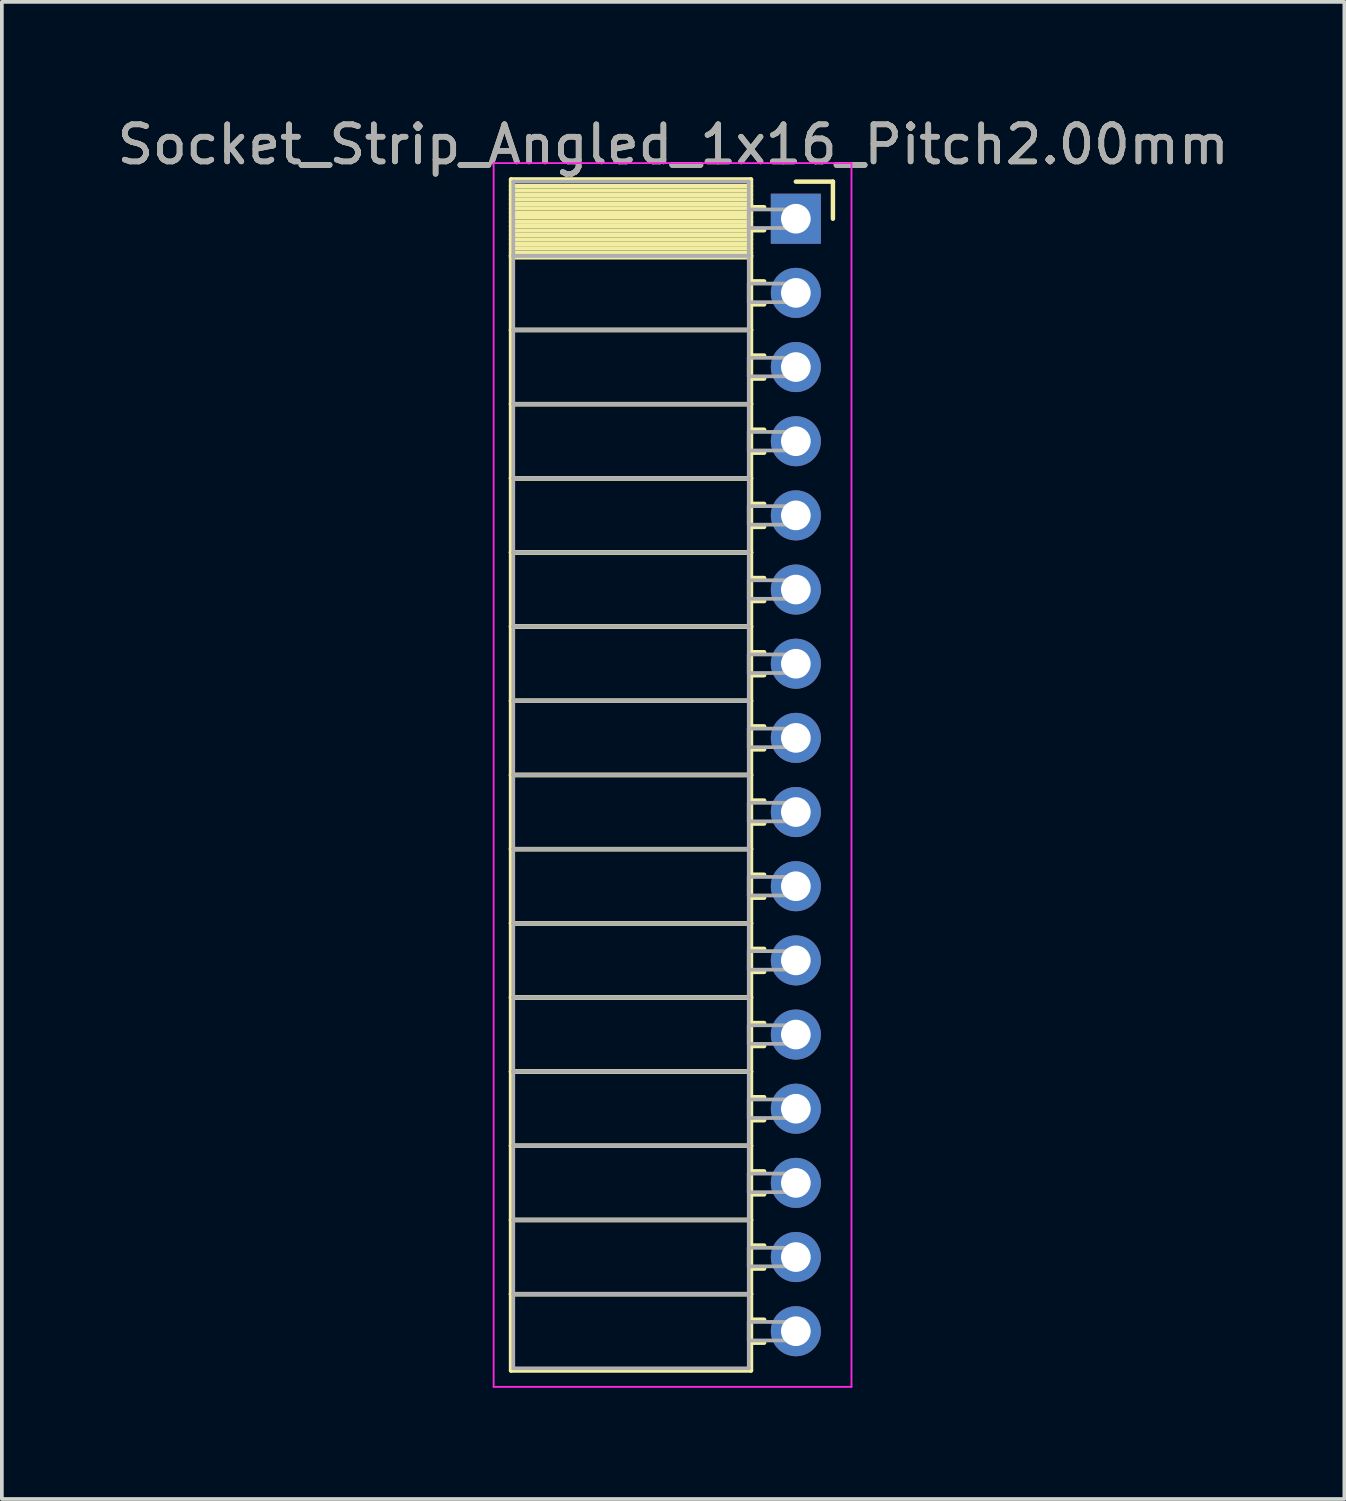
<source format=kicad_pcb>
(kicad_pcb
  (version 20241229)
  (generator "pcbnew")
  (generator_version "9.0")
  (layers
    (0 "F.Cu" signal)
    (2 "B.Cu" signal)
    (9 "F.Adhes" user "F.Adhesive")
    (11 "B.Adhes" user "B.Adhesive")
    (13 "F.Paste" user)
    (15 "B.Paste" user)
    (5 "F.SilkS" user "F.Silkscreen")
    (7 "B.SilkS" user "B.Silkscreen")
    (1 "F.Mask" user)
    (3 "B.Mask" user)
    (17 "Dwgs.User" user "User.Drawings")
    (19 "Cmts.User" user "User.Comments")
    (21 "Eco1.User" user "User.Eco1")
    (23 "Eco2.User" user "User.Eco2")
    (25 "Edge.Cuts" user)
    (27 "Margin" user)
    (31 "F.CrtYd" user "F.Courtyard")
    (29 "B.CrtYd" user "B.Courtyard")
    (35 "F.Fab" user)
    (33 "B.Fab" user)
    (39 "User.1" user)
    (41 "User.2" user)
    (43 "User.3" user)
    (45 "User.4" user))
  (footprint "Socket_Strip_Angled_1x16_Pitch2.00mm"
    (layer "F.Cu")
    (at 18.411 2.848)
    (property "Reference" "Socket_Strip_Angled_1x16_Pitch2.00mm" (at -3.31 -2 0) (layer "F.SilkS") (effects (font (size 1 1) (thickness 0.15))))
    (attr through_hole)
    (fp_line (start -7.68 -1.06) (end -1.21 -1.06) (stroke (width 0.12) (type solid)) (layer "F.SilkS"))
    (fp_line (start -7.68 1) (end -7.68 -1.06) (stroke (width 0.12) (type solid)) (layer "F.SilkS"))
    (fp_line (start -7.68 1) (end -1.21 1) (stroke (width 0.12) (type solid)) (layer "F.SilkS"))
    (fp_line (start -7.68 3) (end -7.68 1) (stroke (width 0.12) (type solid)) (layer "F.SilkS"))
    (fp_line (start -7.68 3) (end -1.21 3) (stroke (width 0.12) (type solid)) (layer "F.SilkS"))
    (fp_line (start -7.68 5) (end -7.68 3) (stroke (width 0.12) (type solid)) (layer "F.SilkS"))
    (fp_line (start -7.68 5) (end -1.21 5) (stroke (width 0.12) (type solid)) (layer "F.SilkS"))
    (fp_line (start -7.68 7) (end -7.68 5) (stroke (width 0.12) (type solid)) (layer "F.SilkS"))
    (fp_line (start -7.68 7) (end -1.21 7) (stroke (width 0.12) (type solid)) (layer "F.SilkS"))
    (fp_line (start -7.68 9) (end -7.68 7) (stroke (width 0.12) (type solid)) (layer "F.SilkS"))
    (fp_line (start -7.68 9) (end -1.21 9) (stroke (width 0.12) (type solid)) (layer "F.SilkS"))
    (fp_line (start -7.68 11) (end -7.68 9) (stroke (width 0.12) (type solid)) (layer "F.SilkS"))
    (fp_line (start -7.68 11) (end -1.21 11) (stroke (width 0.12) (type solid)) (layer "F.SilkS"))
    (fp_line (start -7.68 13) (end -7.68 11) (stroke (width 0.12) (type solid)) (layer "F.SilkS"))
    (fp_line (start -7.68 13) (end -1.21 13) (stroke (width 0.12) (type solid)) (layer "F.SilkS"))
    (fp_line (start -7.68 15) (end -7.68 13) (stroke (width 0.12) (type solid)) (layer "F.SilkS"))
    (fp_line (start -7.68 15) (end -1.21 15) (stroke (width 0.12) (type solid)) (layer "F.SilkS"))
    (fp_line (start -7.68 17) (end -7.68 15) (stroke (width 0.12) (type solid)) (layer "F.SilkS"))
    (fp_line (start -7.68 17) (end -1.21 17) (stroke (width 0.12) (type solid)) (layer "F.SilkS"))
    (fp_line (start -7.68 19) (end -7.68 17) (stroke (width 0.12) (type solid)) (layer "F.SilkS"))
    (fp_line (start -7.68 19) (end -1.21 19) (stroke (width 0.12) (type solid)) (layer "F.SilkS"))
    (fp_line (start -7.68 21) (end -7.68 19) (stroke (width 0.12) (type solid)) (layer "F.SilkS"))
    (fp_line (start -7.68 21) (end -1.21 21) (stroke (width 0.12) (type solid)) (layer "F.SilkS"))
    (fp_line (start -7.68 23) (end -7.68 21) (stroke (width 0.12) (type solid)) (layer "F.SilkS"))
    (fp_line (start -7.68 23) (end -1.21 23) (stroke (width 0.12) (type solid)) (layer "F.SilkS"))
    (fp_line (start -7.68 25) (end -7.68 23) (stroke (width 0.12) (type solid)) (layer "F.SilkS"))
    (fp_line (start -7.68 25) (end -1.21 25) (stroke (width 0.12) (type solid)) (layer "F.SilkS"))
    (fp_line (start -7.68 27) (end -7.68 25) (stroke (width 0.12) (type solid)) (layer "F.SilkS"))
    (fp_line (start -7.68 27) (end -1.21 27) (stroke (width 0.12) (type solid)) (layer "F.SilkS"))
    (fp_line (start -7.68 29) (end -7.68 27) (stroke (width 0.12) (type solid)) (layer "F.SilkS"))
    (fp_line (start -7.68 29) (end -1.21 29) (stroke (width 0.12) (type solid)) (layer "F.SilkS"))
    (fp_line (start -7.68 31.06) (end -7.68 29) (stroke (width 0.12) (type solid)) (layer "F.SilkS"))
    (fp_line (start -1.21 -1.06) (end -1.21 1) (stroke (width 0.12) (type solid)) (layer "F.SilkS"))
    (fp_line (start -1.21 -0.88) (end -7.68 -0.88) (stroke (width 0.12) (type solid)) (layer "F.SilkS"))
    (fp_line (start -1.21 -0.76) (end -7.68 -0.76) (stroke (width 0.12) (type solid)) (layer "F.SilkS"))
    (fp_line (start -1.21 -0.64) (end -7.68 -0.64) (stroke (width 0.12) (type solid)) (layer "F.SilkS"))
    (fp_line (start -1.21 -0.52) (end -7.68 -0.52) (stroke (width 0.12) (type solid)) (layer "F.SilkS"))
    (fp_line (start -1.21 -0.4) (end -7.68 -0.4) (stroke (width 0.12) (type solid)) (layer "F.SilkS"))
    (fp_line (start -1.21 -0.28) (end -7.68 -0.28) (stroke (width 0.12) (type solid)) (layer "F.SilkS"))
    (fp_line (start -1.21 -0.16) (end -7.68 -0.16) (stroke (width 0.12) (type solid)) (layer "F.SilkS"))
    (fp_line (start -1.21 -0.04) (end -7.68 -0.04) (stroke (width 0.12) (type solid)) (layer "F.SilkS"))
    (fp_line (start -1.21 0.08) (end -7.68 0.08) (stroke (width 0.12) (type solid)) (layer "F.SilkS"))
    (fp_line (start -1.21 0.2) (end -7.68 0.2) (stroke (width 0.12) (type solid)) (layer "F.SilkS"))
    (fp_line (start -1.21 0.32) (end -7.68 0.32) (stroke (width 0.12) (type solid)) (layer "F.SilkS"))
    (fp_line (start -1.21 0.44) (end -7.68 0.44) (stroke (width 0.12) (type solid)) (layer "F.SilkS"))
    (fp_line (start -1.21 0.56) (end -7.68 0.56) (stroke (width 0.12) (type solid)) (layer "F.SilkS"))
    (fp_line (start -1.21 0.68) (end -7.68 0.68) (stroke (width 0.12) (type solid)) (layer "F.SilkS"))
    (fp_line (start -1.21 0.8) (end -7.68 0.8) (stroke (width 0.12) (type solid)) (layer "F.SilkS"))
    (fp_line (start -1.21 0.92) (end -7.68 0.92) (stroke (width 0.12) (type solid)) (layer "F.SilkS"))
    (fp_line (start -1.21 1) (end -7.68 1) (stroke (width 0.12) (type solid)) (layer "F.SilkS"))
    (fp_line (start -1.21 1) (end -1.21 3) (stroke (width 0.12) (type solid)) (layer "F.SilkS"))
    (fp_line (start -1.21 1.04) (end -7.68 1.04) (stroke (width 0.12) (type solid)) (layer "F.SilkS"))
    (fp_line (start -1.21 3) (end -7.68 3) (stroke (width 0.12) (type solid)) (layer "F.SilkS"))
    (fp_line (start -1.21 3) (end -1.21 5) (stroke (width 0.12) (type solid)) (layer "F.SilkS"))
    (fp_line (start -1.21 5) (end -7.68 5) (stroke (width 0.12) (type solid)) (layer "F.SilkS"))
    (fp_line (start -1.21 5) (end -1.21 7) (stroke (width 0.12) (type solid)) (layer "F.SilkS"))
    (fp_line (start -1.21 7) (end -7.68 7) (stroke (width 0.12) (type solid)) (layer "F.SilkS"))
    (fp_line (start -1.21 7) (end -1.21 9) (stroke (width 0.12) (type solid)) (layer "F.SilkS"))
    (fp_line (start -1.21 9) (end -7.68 9) (stroke (width 0.12) (type solid)) (layer "F.SilkS"))
    (fp_line (start -1.21 9) (end -1.21 11) (stroke (width 0.12) (type solid)) (layer "F.SilkS"))
    (fp_line (start -1.21 11) (end -7.68 11) (stroke (width 0.12) (type solid)) (layer "F.SilkS"))
    (fp_line (start -1.21 11) (end -1.21 13) (stroke (width 0.12) (type solid)) (layer "F.SilkS"))
    (fp_line (start -1.21 13) (end -7.68 13) (stroke (width 0.12) (type solid)) (layer "F.SilkS"))
    (fp_line (start -1.21 13) (end -1.21 15) (stroke (width 0.12) (type solid)) (layer "F.SilkS"))
    (fp_line (start -1.21 15) (end -7.68 15) (stroke (width 0.12) (type solid)) (layer "F.SilkS"))
    (fp_line (start -1.21 15) (end -1.21 17) (stroke (width 0.12) (type solid)) (layer "F.SilkS"))
    (fp_line (start -1.21 17) (end -7.68 17) (stroke (width 0.12) (type solid)) (layer "F.SilkS"))
    (fp_line (start -1.21 17) (end -1.21 19) (stroke (width 0.12) (type solid)) (layer "F.SilkS"))
    (fp_line (start -1.21 19) (end -7.68 19) (stroke (width 0.12) (type solid)) (layer "F.SilkS"))
    (fp_line (start -1.21 19) (end -1.21 21) (stroke (width 0.12) (type solid)) (layer "F.SilkS"))
    (fp_line (start -1.21 21) (end -7.68 21) (stroke (width 0.12) (type solid)) (layer "F.SilkS"))
    (fp_line (start -1.21 21) (end -1.21 23) (stroke (width 0.12) (type solid)) (layer "F.SilkS"))
    (fp_line (start -1.21 23) (end -7.68 23) (stroke (width 0.12) (type solid)) (layer "F.SilkS"))
    (fp_line (start -1.21 23) (end -1.21 25) (stroke (width 0.12) (type solid)) (layer "F.SilkS"))
    (fp_line (start -1.21 25) (end -7.68 25) (stroke (width 0.12) (type solid)) (layer "F.SilkS"))
    (fp_line (start -1.21 25) (end -1.21 27) (stroke (width 0.12) (type solid)) (layer "F.SilkS"))
    (fp_line (start -1.21 27) (end -7.68 27) (stroke (width 0.12) (type solid)) (layer "F.SilkS"))
    (fp_line (start -1.21 27) (end -1.21 29) (stroke (width 0.12) (type solid)) (layer "F.SilkS"))
    (fp_line (start -1.21 29) (end -7.68 29) (stroke (width 0.12) (type solid)) (layer "F.SilkS"))
    (fp_line (start -1.21 29) (end -1.21 31.06) (stroke (width 0.12) (type solid)) (layer "F.SilkS"))
    (fp_line (start -1.21 31.06) (end -7.68 31.06) (stroke (width 0.12) (type solid)) (layer "F.SilkS"))
    (fp_line (start -0.855 -0.31) (end -1.21 -0.31) (stroke (width 0.12) (type solid)) (layer "F.SilkS"))
    (fp_line (start -0.855 0.31) (end -1.21 0.31) (stroke (width 0.12) (type solid)) (layer "F.SilkS"))
    (fp_line (start -0.855 1.69) (end -1.21 1.69) (stroke (width 0.12) (type solid)) (layer "F.SilkS"))
    (fp_line (start -0.855 2.31) (end -1.21 2.31) (stroke (width 0.12) (type solid)) (layer "F.SilkS"))
    (fp_line (start -0.855 3.69) (end -1.21 3.69) (stroke (width 0.12) (type solid)) (layer "F.SilkS"))
    (fp_line (start -0.855 4.31) (end -1.21 4.31) (stroke (width 0.12) (type solid)) (layer "F.SilkS"))
    (fp_line (start -0.855 5.69) (end -1.21 5.69) (stroke (width 0.12) (type solid)) (layer "F.SilkS"))
    (fp_line (start -0.855 6.31) (end -1.21 6.31) (stroke (width 0.12) (type solid)) (layer "F.SilkS"))
    (fp_line (start -0.855 7.69) (end -1.21 7.69) (stroke (width 0.12) (type solid)) (layer "F.SilkS"))
    (fp_line (start -0.855 8.31) (end -1.21 8.31) (stroke (width 0.12) (type solid)) (layer "F.SilkS"))
    (fp_line (start -0.855 9.69) (end -1.21 9.69) (stroke (width 0.12) (type solid)) (layer "F.SilkS"))
    (fp_line (start -0.855 10.31) (end -1.21 10.31) (stroke (width 0.12) (type solid)) (layer "F.SilkS"))
    (fp_line (start -0.855 11.69) (end -1.21 11.69) (stroke (width 0.12) (type solid)) (layer "F.SilkS"))
    (fp_line (start -0.855 12.31) (end -1.21 12.31) (stroke (width 0.12) (type solid)) (layer "F.SilkS"))
    (fp_line (start -0.855 13.69) (end -1.21 13.69) (stroke (width 0.12) (type solid)) (layer "F.SilkS"))
    (fp_line (start -0.855 14.31) (end -1.21 14.31) (stroke (width 0.12) (type solid)) (layer "F.SilkS"))
    (fp_line (start -0.855 15.69) (end -1.21 15.69) (stroke (width 0.12) (type solid)) (layer "F.SilkS"))
    (fp_line (start -0.855 16.31) (end -1.21 16.31) (stroke (width 0.12) (type solid)) (layer "F.SilkS"))
    (fp_line (start -0.855 17.69) (end -1.21 17.69) (stroke (width 0.12) (type solid)) (layer "F.SilkS"))
    (fp_line (start -0.855 18.31) (end -1.21 18.31) (stroke (width 0.12) (type solid)) (layer "F.SilkS"))
    (fp_line (start -0.855 19.69) (end -1.21 19.69) (stroke (width 0.12) (type solid)) (layer "F.SilkS"))
    (fp_line (start -0.855 20.31) (end -1.21 20.31) (stroke (width 0.12) (type solid)) (layer "F.SilkS"))
    (fp_line (start -0.855 21.69) (end -1.21 21.69) (stroke (width 0.12) (type solid)) (layer "F.SilkS"))
    (fp_line (start -0.855 22.31) (end -1.21 22.31) (stroke (width 0.12) (type solid)) (layer "F.SilkS"))
    (fp_line (start -0.855 23.69) (end -1.21 23.69) (stroke (width 0.12) (type solid)) (layer "F.SilkS"))
    (fp_line (start -0.855 24.31) (end -1.21 24.31) (stroke (width 0.12) (type solid)) (layer "F.SilkS"))
    (fp_line (start -0.855 25.69) (end -1.21 25.69) (stroke (width 0.12) (type solid)) (layer "F.SilkS"))
    (fp_line (start -0.855 26.31) (end -1.21 26.31) (stroke (width 0.12) (type solid)) (layer "F.SilkS"))
    (fp_line (start -0.855 27.69) (end -1.21 27.69) (stroke (width 0.12) (type solid)) (layer "F.SilkS"))
    (fp_line (start -0.855 28.31) (end -1.21 28.31) (stroke (width 0.12) (type solid)) (layer "F.SilkS"))
    (fp_line (start -0.855 29.69) (end -1.21 29.69) (stroke (width 0.12) (type solid)) (layer "F.SilkS"))
    (fp_line (start -0.855 30.31) (end -1.21 30.31) (stroke (width 0.12) (type solid)) (layer "F.SilkS"))
    (fp_line (start 0 -1) (end 1 -1) (stroke (width 0.12) (type solid)) (layer "F.SilkS"))
    (fp_line (start 1 -1) (end 1 0) (stroke (width 0.12) (type solid)) (layer "F.SilkS"))
    (fp_line (start -8.15 -1.5) (end 1.5 -1.5) (stroke (width 0.05) (type solid)) (layer "F.CrtYd"))
    (fp_line (start -8.15 31.5) (end -8.15 -1.5) (stroke (width 0.05) (type solid)) (layer "F.CrtYd"))
    (fp_line (start 1.5 -1.5) (end 1.5 31.5) (stroke (width 0.05) (type solid)) (layer "F.CrtYd"))
    (fp_line (start 1.5 31.5) (end -8.15 31.5) (stroke (width 0.05) (type solid)) (layer "F.CrtYd"))
    (fp_line (start -7.62 -1) (end -1.27 -1) (stroke (width 0.1) (type solid)) (layer "F.Fab"))
    (fp_line (start -7.62 1) (end -7.62 -1) (stroke (width 0.1) (type solid)) (layer "F.Fab"))
    (fp_line (start -7.62 1) (end -1.27 1) (stroke (width 0.1) (type solid)) (layer "F.Fab"))
    (fp_line (start -7.62 3) (end -7.62 1) (stroke (width 0.1) (type solid)) (layer "F.Fab"))
    (fp_line (start -7.62 3) (end -1.27 3) (stroke (width 0.1) (type solid)) (layer "F.Fab"))
    (fp_line (start -7.62 5) (end -7.62 3) (stroke (width 0.1) (type solid)) (layer "F.Fab"))
    (fp_line (start -7.62 5) (end -1.27 5) (stroke (width 0.1) (type solid)) (layer "F.Fab"))
    (fp_line (start -7.62 7) (end -7.62 5) (stroke (width 0.1) (type solid)) (layer "F.Fab"))
    (fp_line (start -7.62 7) (end -1.27 7) (stroke (width 0.1) (type solid)) (layer "F.Fab"))
    (fp_line (start -7.62 9) (end -7.62 7) (stroke (width 0.1) (type solid)) (layer "F.Fab"))
    (fp_line (start -7.62 9) (end -1.27 9) (stroke (width 0.1) (type solid)) (layer "F.Fab"))
    (fp_line (start -7.62 11) (end -7.62 9) (stroke (width 0.1) (type solid)) (layer "F.Fab"))
    (fp_line (start -7.62 11) (end -1.27 11) (stroke (width 0.1) (type solid)) (layer "F.Fab"))
    (fp_line (start -7.62 13) (end -7.62 11) (stroke (width 0.1) (type solid)) (layer "F.Fab"))
    (fp_line (start -7.62 13) (end -1.27 13) (stroke (width 0.1) (type solid)) (layer "F.Fab"))
    (fp_line (start -7.62 15) (end -7.62 13) (stroke (width 0.1) (type solid)) (layer "F.Fab"))
    (fp_line (start -7.62 15) (end -1.27 15) (stroke (width 0.1) (type solid)) (layer "F.Fab"))
    (fp_line (start -7.62 17) (end -7.62 15) (stroke (width 0.1) (type solid)) (layer "F.Fab"))
    (fp_line (start -7.62 17) (end -1.27 17) (stroke (width 0.1) (type solid)) (layer "F.Fab"))
    (fp_line (start -7.62 19) (end -7.62 17) (stroke (width 0.1) (type solid)) (layer "F.Fab"))
    (fp_line (start -7.62 19) (end -1.27 19) (stroke (width 0.1) (type solid)) (layer "F.Fab"))
    (fp_line (start -7.62 21) (end -7.62 19) (stroke (width 0.1) (type solid)) (layer "F.Fab"))
    (fp_line (start -7.62 21) (end -1.27 21) (stroke (width 0.1) (type solid)) (layer "F.Fab"))
    (fp_line (start -7.62 23) (end -7.62 21) (stroke (width 0.1) (type solid)) (layer "F.Fab"))
    (fp_line (start -7.62 23) (end -1.27 23) (stroke (width 0.1) (type solid)) (layer "F.Fab"))
    (fp_line (start -7.62 25) (end -7.62 23) (stroke (width 0.1) (type solid)) (layer "F.Fab"))
    (fp_line (start -7.62 25) (end -1.27 25) (stroke (width 0.1) (type solid)) (layer "F.Fab"))
    (fp_line (start -7.62 27) (end -7.62 25) (stroke (width 0.1) (type solid)) (layer "F.Fab"))
    (fp_line (start -7.62 27) (end -1.27 27) (stroke (width 0.1) (type solid)) (layer "F.Fab"))
    (fp_line (start -7.62 29) (end -7.62 27) (stroke (width 0.1) (type solid)) (layer "F.Fab"))
    (fp_line (start -7.62 29) (end -1.27 29) (stroke (width 0.1) (type solid)) (layer "F.Fab"))
    (fp_line (start -7.62 31) (end -7.62 29) (stroke (width 0.1) (type solid)) (layer "F.Fab"))
    (fp_line (start -1.27 -1) (end -1.27 1) (stroke (width 0.1) (type solid)) (layer "F.Fab"))
    (fp_line (start -1.27 -0.25) (end 0 -0.25) (stroke (width 0.1) (type solid)) (layer "F.Fab"))
    (fp_line (start -1.27 0.25) (end -1.27 -0.25) (stroke (width 0.1) (type solid)) (layer "F.Fab"))
    (fp_line (start -1.27 1) (end -7.62 1) (stroke (width 0.1) (type solid)) (layer "F.Fab"))
    (fp_line (start -1.27 1) (end -1.27 3) (stroke (width 0.1) (type solid)) (layer "F.Fab"))
    (fp_line (start -1.27 1.75) (end 0 1.75) (stroke (width 0.1) (type solid)) (layer "F.Fab"))
    (fp_line (start -1.27 2.25) (end -1.27 1.75) (stroke (width 0.1) (type solid)) (layer "F.Fab"))
    (fp_line (start -1.27 3) (end -7.62 3) (stroke (width 0.1) (type solid)) (layer "F.Fab"))
    (fp_line (start -1.27 3) (end -1.27 5) (stroke (width 0.1) (type solid)) (layer "F.Fab"))
    (fp_line (start -1.27 3.75) (end 0 3.75) (stroke (width 0.1) (type solid)) (layer "F.Fab"))
    (fp_line (start -1.27 4.25) (end -1.27 3.75) (stroke (width 0.1) (type solid)) (layer "F.Fab"))
    (fp_line (start -1.27 5) (end -7.62 5) (stroke (width 0.1) (type solid)) (layer "F.Fab"))
    (fp_line (start -1.27 5) (end -1.27 7) (stroke (width 0.1) (type solid)) (layer "F.Fab"))
    (fp_line (start -1.27 5.75) (end 0 5.75) (stroke (width 0.1) (type solid)) (layer "F.Fab"))
    (fp_line (start -1.27 6.25) (end -1.27 5.75) (stroke (width 0.1) (type solid)) (layer "F.Fab"))
    (fp_line (start -1.27 7) (end -7.62 7) (stroke (width 0.1) (type solid)) (layer "F.Fab"))
    (fp_line (start -1.27 7) (end -1.27 9) (stroke (width 0.1) (type solid)) (layer "F.Fab"))
    (fp_line (start -1.27 7.75) (end 0 7.75) (stroke (width 0.1) (type solid)) (layer "F.Fab"))
    (fp_line (start -1.27 8.25) (end -1.27 7.75) (stroke (width 0.1) (type solid)) (layer "F.Fab"))
    (fp_line (start -1.27 9) (end -7.62 9) (stroke (width 0.1) (type solid)) (layer "F.Fab"))
    (fp_line (start -1.27 9) (end -1.27 11) (stroke (width 0.1) (type solid)) (layer "F.Fab"))
    (fp_line (start -1.27 9.75) (end 0 9.75) (stroke (width 0.1) (type solid)) (layer "F.Fab"))
    (fp_line (start -1.27 10.25) (end -1.27 9.75) (stroke (width 0.1) (type solid)) (layer "F.Fab"))
    (fp_line (start -1.27 11) (end -7.62 11) (stroke (width 0.1) (type solid)) (layer "F.Fab"))
    (fp_line (start -1.27 11) (end -1.27 13) (stroke (width 0.1) (type solid)) (layer "F.Fab"))
    (fp_line (start -1.27 11.75) (end 0 11.75) (stroke (width 0.1) (type solid)) (layer "F.Fab"))
    (fp_line (start -1.27 12.25) (end -1.27 11.75) (stroke (width 0.1) (type solid)) (layer "F.Fab"))
    (fp_line (start -1.27 13) (end -7.62 13) (stroke (width 0.1) (type solid)) (layer "F.Fab"))
    (fp_line (start -1.27 13) (end -1.27 15) (stroke (width 0.1) (type solid)) (layer "F.Fab"))
    (fp_line (start -1.27 13.75) (end 0 13.75) (stroke (width 0.1) (type solid)) (layer "F.Fab"))
    (fp_line (start -1.27 14.25) (end -1.27 13.75) (stroke (width 0.1) (type solid)) (layer "F.Fab"))
    (fp_line (start -1.27 15) (end -7.62 15) (stroke (width 0.1) (type solid)) (layer "F.Fab"))
    (fp_line (start -1.27 15) (end -1.27 17) (stroke (width 0.1) (type solid)) (layer "F.Fab"))
    (fp_line (start -1.27 15.75) (end 0 15.75) (stroke (width 0.1) (type solid)) (layer "F.Fab"))
    (fp_line (start -1.27 16.25) (end -1.27 15.75) (stroke (width 0.1) (type solid)) (layer "F.Fab"))
    (fp_line (start -1.27 17) (end -7.62 17) (stroke (width 0.1) (type solid)) (layer "F.Fab"))
    (fp_line (start -1.27 17) (end -1.27 19) (stroke (width 0.1) (type solid)) (layer "F.Fab"))
    (fp_line (start -1.27 17.75) (end 0 17.75) (stroke (width 0.1) (type solid)) (layer "F.Fab"))
    (fp_line (start -1.27 18.25) (end -1.27 17.75) (stroke (width 0.1) (type solid)) (layer "F.Fab"))
    (fp_line (start -1.27 19) (end -7.62 19) (stroke (width 0.1) (type solid)) (layer "F.Fab"))
    (fp_line (start -1.27 19) (end -1.27 21) (stroke (width 0.1) (type solid)) (layer "F.Fab"))
    (fp_line (start -1.27 19.75) (end 0 19.75) (stroke (width 0.1) (type solid)) (layer "F.Fab"))
    (fp_line (start -1.27 20.25) (end -1.27 19.75) (stroke (width 0.1) (type solid)) (layer "F.Fab"))
    (fp_line (start -1.27 21) (end -7.62 21) (stroke (width 0.1) (type solid)) (layer "F.Fab"))
    (fp_line (start -1.27 21) (end -1.27 23) (stroke (width 0.1) (type solid)) (layer "F.Fab"))
    (fp_line (start -1.27 21.75) (end 0 21.75) (stroke (width 0.1) (type solid)) (layer "F.Fab"))
    (fp_line (start -1.27 22.25) (end -1.27 21.75) (stroke (width 0.1) (type solid)) (layer "F.Fab"))
    (fp_line (start -1.27 23) (end -7.62 23) (stroke (width 0.1) (type solid)) (layer "F.Fab"))
    (fp_line (start -1.27 23) (end -1.27 25) (stroke (width 0.1) (type solid)) (layer "F.Fab"))
    (fp_line (start -1.27 23.75) (end 0 23.75) (stroke (width 0.1) (type solid)) (layer "F.Fab"))
    (fp_line (start -1.27 24.25) (end -1.27 23.75) (stroke (width 0.1) (type solid)) (layer "F.Fab"))
    (fp_line (start -1.27 25) (end -7.62 25) (stroke (width 0.1) (type solid)) (layer "F.Fab"))
    (fp_line (start -1.27 25) (end -1.27 27) (stroke (width 0.1) (type solid)) (layer "F.Fab"))
    (fp_line (start -1.27 25.75) (end 0 25.75) (stroke (width 0.1) (type solid)) (layer "F.Fab"))
    (fp_line (start -1.27 26.25) (end -1.27 25.75) (stroke (width 0.1) (type solid)) (layer "F.Fab"))
    (fp_line (start -1.27 27) (end -7.62 27) (stroke (width 0.1) (type solid)) (layer "F.Fab"))
    (fp_line (start -1.27 27) (end -1.27 29) (stroke (width 0.1) (type solid)) (layer "F.Fab"))
    (fp_line (start -1.27 27.75) (end 0 27.75) (stroke (width 0.1) (type solid)) (layer "F.Fab"))
    (fp_line (start -1.27 28.25) (end -1.27 27.75) (stroke (width 0.1) (type solid)) (layer "F.Fab"))
    (fp_line (start -1.27 29) (end -7.62 29) (stroke (width 0.1) (type solid)) (layer "F.Fab"))
    (fp_line (start -1.27 29) (end -1.27 31) (stroke (width 0.1) (type solid)) (layer "F.Fab"))
    (fp_line (start -1.27 29.75) (end 0 29.75) (stroke (width 0.1) (type solid)) (layer "F.Fab"))
    (fp_line (start -1.27 30.25) (end -1.27 29.75) (stroke (width 0.1) (type solid)) (layer "F.Fab"))
    (fp_line (start -1.27 31) (end -7.62 31) (stroke (width 0.1) (type solid)) (layer "F.Fab"))
    (fp_line (start 0 -0.25) (end 0 0.25) (stroke (width 0.1) (type solid)) (layer "F.Fab"))
    (fp_line (start 0 0.25) (end -1.27 0.25) (stroke (width 0.1) (type solid)) (layer "F.Fab"))
    (fp_line (start 0 1.75) (end 0 2.25) (stroke (width 0.1) (type solid)) (layer "F.Fab"))
    (fp_line (start 0 2.25) (end -1.27 2.25) (stroke (width 0.1) (type solid)) (layer "F.Fab"))
    (fp_line (start 0 3.75) (end 0 4.25) (stroke (width 0.1) (type solid)) (layer "F.Fab"))
    (fp_line (start 0 4.25) (end -1.27 4.25) (stroke (width 0.1) (type solid)) (layer "F.Fab"))
    (fp_line (start 0 5.75) (end 0 6.25) (stroke (width 0.1) (type solid)) (layer "F.Fab"))
    (fp_line (start 0 6.25) (end -1.27 6.25) (stroke (width 0.1) (type solid)) (layer "F.Fab"))
    (fp_line (start 0 7.75) (end 0 8.25) (stroke (width 0.1) (type solid)) (layer "F.Fab"))
    (fp_line (start 0 8.25) (end -1.27 8.25) (stroke (width 0.1) (type solid)) (layer "F.Fab"))
    (fp_line (start 0 9.75) (end 0 10.25) (stroke (width 0.1) (type solid)) (layer "F.Fab"))
    (fp_line (start 0 10.25) (end -1.27 10.25) (stroke (width 0.1) (type solid)) (layer "F.Fab"))
    (fp_line (start 0 11.75) (end 0 12.25) (stroke (width 0.1) (type solid)) (layer "F.Fab"))
    (fp_line (start 0 12.25) (end -1.27 12.25) (stroke (width 0.1) (type solid)) (layer "F.Fab"))
    (fp_line (start 0 13.75) (end 0 14.25) (stroke (width 0.1) (type solid)) (layer "F.Fab"))
    (fp_line (start 0 14.25) (end -1.27 14.25) (stroke (width 0.1) (type solid)) (layer "F.Fab"))
    (fp_line (start 0 15.75) (end 0 16.25) (stroke (width 0.1) (type solid)) (layer "F.Fab"))
    (fp_line (start 0 16.25) (end -1.27 16.25) (stroke (width 0.1) (type solid)) (layer "F.Fab"))
    (fp_line (start 0 17.75) (end 0 18.25) (stroke (width 0.1) (type solid)) (layer "F.Fab"))
    (fp_line (start 0 18.25) (end -1.27 18.25) (stroke (width 0.1) (type solid)) (layer "F.Fab"))
    (fp_line (start 0 19.75) (end 0 20.25) (stroke (width 0.1) (type solid)) (layer "F.Fab"))
    (fp_line (start 0 20.25) (end -1.27 20.25) (stroke (width 0.1) (type solid)) (layer "F.Fab"))
    (fp_line (start 0 21.75) (end 0 22.25) (stroke (width 0.1) (type solid)) (layer "F.Fab"))
    (fp_line (start 0 22.25) (end -1.27 22.25) (stroke (width 0.1) (type solid)) (layer "F.Fab"))
    (fp_line (start 0 23.75) (end 0 24.25) (stroke (width 0.1) (type solid)) (layer "F.Fab"))
    (fp_line (start 0 24.25) (end -1.27 24.25) (stroke (width 0.1) (type solid)) (layer "F.Fab"))
    (fp_line (start 0 25.75) (end 0 26.25) (stroke (width 0.1) (type solid)) (layer "F.Fab"))
    (fp_line (start 0 26.25) (end -1.27 26.25) (stroke (width 0.1) (type solid)) (layer "F.Fab"))
    (fp_line (start 0 27.75) (end 0 28.25) (stroke (width 0.1) (type solid)) (layer "F.Fab"))
    (fp_line (start 0 28.25) (end -1.27 28.25) (stroke (width 0.1) (type solid)) (layer "F.Fab"))
    (fp_line (start 0 29.75) (end 0 30.25) (stroke (width 0.1) (type solid)) (layer "F.Fab"))
    (fp_line (start 0 30.25) (end -1.27 30.25) (stroke (width 0.1) (type solid)) (layer "F.Fab"))
    (fp_text user "${REFERENCE}" (at -3.31 -2 0) (layer "F.Fab") (effects (font (size 1 1) (thickness 0.15))))
    (pad "1" thru_hole rect (at 0 0) (size 1.35 1.35) (drill 0.8) (layers "*.Cu" "*.Mask"))
    (pad "2" thru_hole oval (at 0 2) (size 1.35 1.35) (drill 0.8) (layers "*.Cu" "*.Mask"))
    (pad "3" thru_hole oval (at 0 4) (size 1.35 1.35) (drill 0.8) (layers "*.Cu" "*.Mask"))
    (pad "4" thru_hole oval (at 0 6) (size 1.35 1.35) (drill 0.8) (layers "*.Cu" "*.Mask"))
    (pad "5" thru_hole oval (at 0 8) (size 1.35 1.35) (drill 0.8) (layers "*.Cu" "*.Mask"))
    (pad "6" thru_hole oval (at 0 10) (size 1.35 1.35) (drill 0.8) (layers "*.Cu" "*.Mask"))
    (pad "7" thru_hole oval (at 0 12) (size 1.35 1.35) (drill 0.8) (layers "*.Cu" "*.Mask"))
    (pad "8" thru_hole oval (at 0 14) (size 1.35 1.35) (drill 0.8) (layers "*.Cu" "*.Mask"))
    (pad "9" thru_hole oval (at 0 16) (size 1.35 1.35) (drill 0.8) (layers "*.Cu" "*.Mask"))
    (pad "10" thru_hole oval (at 0 18) (size 1.35 1.35) (drill 0.8) (layers "*.Cu" "*.Mask"))
    (pad "11" thru_hole oval (at 0 20) (size 1.35 1.35) (drill 0.8) (layers "*.Cu" "*.Mask"))
    (pad "12" thru_hole oval (at 0 22) (size 1.35 1.35) (drill 0.8) (layers "*.Cu" "*.Mask"))
    (pad "13" thru_hole oval (at 0 24) (size 1.35 1.35) (drill 0.8) (layers "*.Cu" "*.Mask"))
    (pad "14" thru_hole oval (at 0 26) (size 1.35 1.35) (drill 0.8) (layers "*.Cu" "*.Mask"))
    (pad "15" thru_hole oval (at 0 28) (size 1.35 1.35) (drill 0.8) (layers "*.Cu" "*.Mask"))
    (pad "16" thru_hole oval (at 0 30) (size 1.35 1.35) (drill 0.8) (layers "*.Cu" "*.Mask")))
  (gr_rect
    (start -3 -3)
    (end 33.202 37.373)
    (stroke (width 0.1) (type default))
    (fill no)
    (layer "Edge.Cuts")))
</source>
